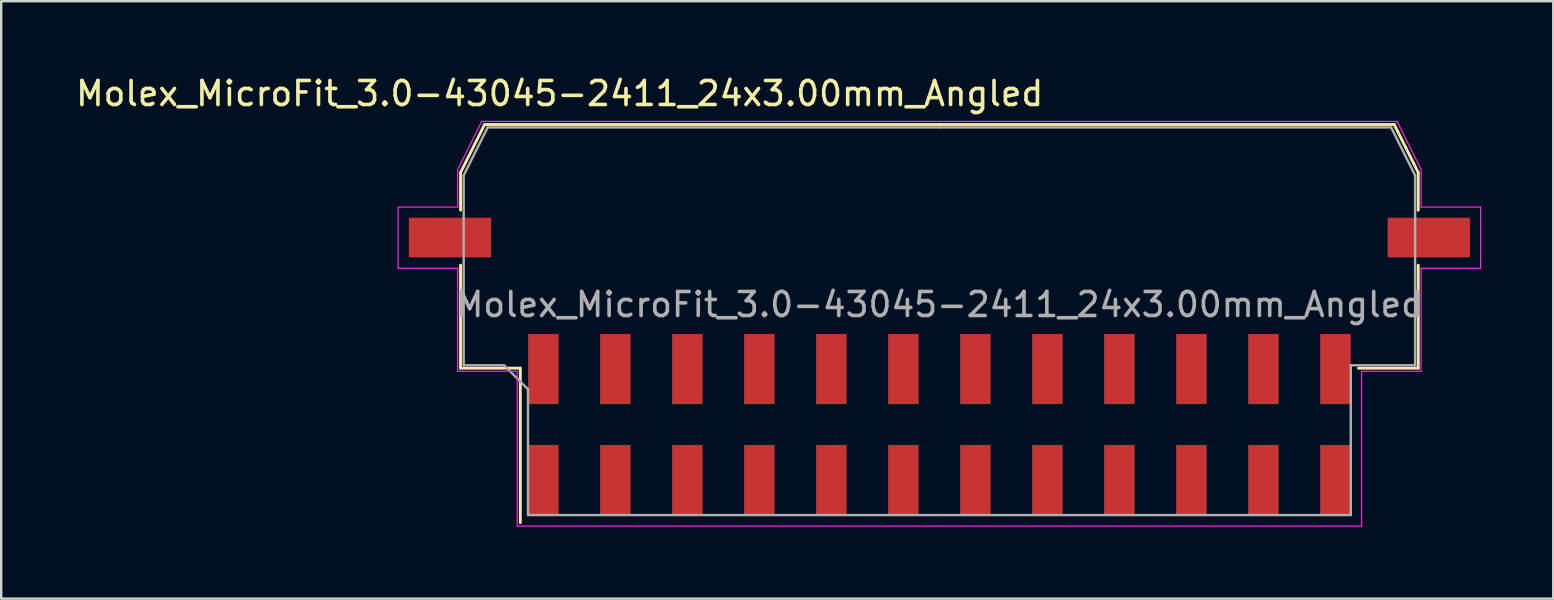
<source format=kicad_pcb>
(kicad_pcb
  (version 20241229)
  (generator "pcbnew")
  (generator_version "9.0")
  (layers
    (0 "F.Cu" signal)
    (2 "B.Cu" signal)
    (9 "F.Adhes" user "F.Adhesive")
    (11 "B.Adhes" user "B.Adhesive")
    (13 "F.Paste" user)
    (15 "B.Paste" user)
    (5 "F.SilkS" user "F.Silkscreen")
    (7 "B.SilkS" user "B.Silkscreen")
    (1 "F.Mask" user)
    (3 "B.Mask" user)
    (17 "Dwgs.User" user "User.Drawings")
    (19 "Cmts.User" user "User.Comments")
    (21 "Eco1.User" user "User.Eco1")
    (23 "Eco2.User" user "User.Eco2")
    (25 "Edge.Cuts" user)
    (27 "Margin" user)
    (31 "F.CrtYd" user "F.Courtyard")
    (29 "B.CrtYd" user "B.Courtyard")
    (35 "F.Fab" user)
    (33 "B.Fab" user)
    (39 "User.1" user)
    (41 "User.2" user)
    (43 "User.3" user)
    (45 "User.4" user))
  (footprint "Molex_MicroFit_3.0-43045-2411_24x3.00mm_Angled"
    (layer "F.Cu")
    (at 36.088 14.638)
    (property "Reference" "Molex_MicroFit_3.0-43045-2411_24x3.00mm_Angled" (at -15.82 -13.79 0) (layer "F.SilkS") (effects (font (size 1 1) (thickness 0.15))))
    (attr smd)
    (fp_line (start -19.95 -10.5) (end -19.95 -8.93) (stroke (width 0.12) (type solid)) (layer "F.SilkS"))
    (fp_line (start -19.95 -6.64) (end -19.95 -2.35) (stroke (width 0.12) (type solid)) (layer "F.SilkS"))
    (fp_line (start -19.95 -2.35) (end -17.46 -2.35) (stroke (width 0.12) (type solid)) (layer "F.SilkS"))
    (fp_line (start -18.95 -12.5) (end -19.95 -10.5) (stroke (width 0.12) (type solid)) (layer "F.SilkS"))
    (fp_line (start -17.46 -2.35) (end -17.46 4.09) (stroke (width 0.12) (type solid)) (layer "F.SilkS"))
    (fp_line (start 0 -12.5) (end -18.95 -12.5) (stroke (width 0.12) (type solid)) (layer "F.SilkS"))
    (fp_line (start 0 -12.5) (end 18.95 -12.5) (stroke (width 0.12) (type solid)) (layer "F.SilkS"))
    (fp_line (start 18.95 -12.5) (end 19.95 -10.5) (stroke (width 0.12) (type solid)) (layer "F.SilkS"))
    (fp_line (start 19.95 -10.5) (end 19.95 -8.93) (stroke (width 0.12) (type solid)) (layer "F.SilkS"))
    (fp_line (start 19.95 -6.64) (end 19.95 -2.35) (stroke (width 0.12) (type solid)) (layer "F.SilkS"))
    (fp_line (start 19.95 -2.35) (end 17.46 -2.35) (stroke (width 0.12) (type solid)) (layer "F.SilkS"))
    (fp_line (start -22.55 -9.06) (end -22.55 -6.51) (stroke (width 0.05) (type solid)) (layer "F.CrtYd"))
    (fp_line (start -22.55 -6.51) (end -20.07 -6.51) (stroke (width 0.05) (type solid)) (layer "F.CrtYd"))
    (fp_line (start -20.07 -10.63) (end -20.07 -9.06) (stroke (width 0.05) (type solid)) (layer "F.CrtYd"))
    (fp_line (start -20.07 -9.06) (end -22.55 -9.06) (stroke (width 0.05) (type solid)) (layer "F.CrtYd"))
    (fp_line (start -20.07 -6.51) (end -20.07 -2.22) (stroke (width 0.05) (type solid)) (layer "F.CrtYd"))
    (fp_line (start -20.07 -2.22) (end -17.59 -2.22) (stroke (width 0.05) (type solid)) (layer "F.CrtYd"))
    (fp_line (start -19.07 -12.63) (end -20.07 -10.63) (stroke (width 0.05) (type solid)) (layer "F.CrtYd"))
    (fp_line (start -17.59 -2.22) (end -17.59 4.23) (stroke (width 0.05) (type solid)) (layer "F.CrtYd"))
    (fp_line (start -17.59 4.23) (end 0 4.23) (stroke (width 0.05) (type solid)) (layer "F.CrtYd"))
    (fp_line (start 0 -12.63) (end -19.07 -12.63) (stroke (width 0.05) (type solid)) (layer "F.CrtYd"))
    (fp_line (start 0 -12.63) (end 19.07 -12.63) (stroke (width 0.05) (type solid)) (layer "F.CrtYd"))
    (fp_line (start 17.59 -2.22) (end 17.59 4.23) (stroke (width 0.05) (type solid)) (layer "F.CrtYd"))
    (fp_line (start 17.59 4.23) (end 0 4.23) (stroke (width 0.05) (type solid)) (layer "F.CrtYd"))
    (fp_line (start 19.07 -12.63) (end 20.07 -10.63) (stroke (width 0.05) (type solid)) (layer "F.CrtYd"))
    (fp_line (start 20.07 -10.63) (end 20.07 -9.06) (stroke (width 0.05) (type solid)) (layer "F.CrtYd"))
    (fp_line (start 20.07 -9.06) (end 22.55 -9.06) (stroke (width 0.05) (type solid)) (layer "F.CrtYd"))
    (fp_line (start 20.07 -6.51) (end 20.07 -2.22) (stroke (width 0.05) (type solid)) (layer "F.CrtYd"))
    (fp_line (start 20.07 -2.22) (end 17.59 -2.22) (stroke (width 0.05) (type solid)) (layer "F.CrtYd"))
    (fp_line (start 22.55 -9.06) (end 22.55 -6.51) (stroke (width 0.05) (type solid)) (layer "F.CrtYd"))
    (fp_line (start 22.55 -6.51) (end 20.07 -6.51) (stroke (width 0.05) (type solid)) (layer "F.CrtYd"))
    (fp_line (start -19.82 -10.38) (end -19.82 -8.61) (stroke (width 0.1) (type solid)) (layer "F.Fab"))
    (fp_line (start -19.82 -8.61) (end -19.82 -2.47) (stroke (width 0.1) (type solid)) (layer "F.Fab"))
    (fp_line (start -19.82 -2.47) (end -18.14 -2.47) (stroke (width 0.1) (type solid)) (layer "F.Fab"))
    (fp_line (start -18.82 -12.38) (end -19.82 -10.38) (stroke (width 0.1) (type solid)) (layer "F.Fab"))
    (fp_line (start -18.14 -2.47) (end -17.14 -1.47) (stroke (width 0.1) (type solid)) (layer "F.Fab"))
    (fp_line (start -17.14 -1.47) (end -17.14 3.77) (stroke (width 0.1) (type solid)) (layer "F.Fab"))
    (fp_line (start -17.14 3.77) (end 0 3.77) (stroke (width 0.1) (type solid)) (layer "F.Fab"))
    (fp_line (start 0 -12.38) (end -18.82 -12.38) (stroke (width 0.1) (type solid)) (layer "F.Fab"))
    (fp_line (start 0 -12.38) (end 18.82 -12.38) (stroke (width 0.1) (type solid)) (layer "F.Fab"))
    (fp_line (start 17.14 -2.47) (end 17.14 3.77) (stroke (width 0.1) (type solid)) (layer "F.Fab"))
    (fp_line (start 17.14 3.77) (end 0 3.77) (stroke (width 0.1) (type solid)) (layer "F.Fab"))
    (fp_line (start 18.82 -12.38) (end 19.82 -10.38) (stroke (width 0.1) (type solid)) (layer "F.Fab"))
    (fp_line (start 19.82 -10.38) (end 19.82 -8.61) (stroke (width 0.1) (type solid)) (layer "F.Fab"))
    (fp_line (start 19.82 -8.61) (end 19.82 -2.47) (stroke (width 0.1) (type solid)) (layer "F.Fab"))
    (fp_line (start 19.82 -2.47) (end 17.14 -2.47) (stroke (width 0.1) (type solid)) (layer "F.Fab"))
    (fp_text user "${REFERENCE}" (at 0 -5 0) (layer "F.Fab") (effects (font (size 1 1) (thickness 0.15))))
    (pad "" smd rect (at -20.39 -7.79) (size 3.43 1.65) (layers "F.Cu" "F.Mask" "F.Paste"))
    (pad "" smd rect (at 20.39 -7.79) (size 3.43 1.65) (layers "F.Cu" "F.Mask" "F.Paste"))
    (pad "1" smd rect (at -16.5 -2.31) (size 1.27 2.92) (layers "F.Cu" "F.Mask" "F.Paste"))
    (pad "2" smd rect (at -13.5 -2.31) (size 1.27 2.92) (layers "F.Cu" "F.Mask" "F.Paste"))
    (pad "3" smd rect (at -10.5 -2.31) (size 1.27 2.92) (layers "F.Cu" "F.Mask" "F.Paste"))
    (pad "4" smd rect (at -7.5 -2.31) (size 1.27 2.92) (layers "F.Cu" "F.Mask" "F.Paste"))
    (pad "5" smd rect (at -4.5 -2.31) (size 1.27 2.92) (layers "F.Cu" "F.Mask" "F.Paste"))
    (pad "6" smd rect (at -1.5 -2.31) (size 1.27 2.92) (layers "F.Cu" "F.Mask" "F.Paste"))
    (pad "7" smd rect (at 1.5 -2.31) (size 1.27 2.92) (layers "F.Cu" "F.Mask" "F.Paste"))
    (pad "8" smd rect (at 4.5 -2.31) (size 1.27 2.92) (layers "F.Cu" "F.Mask" "F.Paste"))
    (pad "9" smd rect (at 7.5 -2.31) (size 1.27 2.92) (layers "F.Cu" "F.Mask" "F.Paste"))
    (pad "10" smd rect (at 10.5 -2.31) (size 1.27 2.92) (layers "F.Cu" "F.Mask" "F.Paste"))
    (pad "11" smd rect (at 13.5 -2.31) (size 1.27 2.92) (layers "F.Cu" "F.Mask" "F.Paste"))
    (pad "12" smd rect (at 16.5 -2.31) (size 1.27 2.92) (layers "F.Cu" "F.Mask" "F.Paste"))
    (pad "13" smd rect (at 16.5 2.31) (size 1.27 2.92) (layers "F.Cu" "F.Mask" "F.Paste"))
    (pad "14" smd rect (at 13.5 2.31) (size 1.27 2.92) (layers "F.Cu" "F.Mask" "F.Paste"))
    (pad "15" smd rect (at 10.5 2.31) (size 1.27 2.92) (layers "F.Cu" "F.Mask" "F.Paste"))
    (pad "16" smd rect (at 7.5 2.31) (size 1.27 2.92) (layers "F.Cu" "F.Mask" "F.Paste"))
    (pad "17" smd rect (at 4.5 2.31) (size 1.27 2.92) (layers "F.Cu" "F.Mask" "F.Paste"))
    (pad "18" smd rect (at 1.5 2.31) (size 1.27 2.92) (layers "F.Cu" "F.Mask" "F.Paste"))
    (pad "19" smd rect (at -1.5 2.31) (size 1.27 2.92) (layers "F.Cu" "F.Mask" "F.Paste"))
    (pad "20" smd rect (at -4.5 2.31) (size 1.27 2.92) (layers "F.Cu" "F.Mask" "F.Paste"))
    (pad "21" smd rect (at -7.5 2.31) (size 1.27 2.92) (layers "F.Cu" "F.Mask" "F.Paste"))
    (pad "22" smd rect (at -10.5 2.31) (size 1.27 2.92) (layers "F.Cu" "F.Mask" "F.Paste"))
    (pad "23" smd rect (at -13.5 2.31) (size 1.27 2.92) (layers "F.Cu" "F.Mask" "F.Paste"))
    (pad "24" smd rect (at -16.5 2.31) (size 1.27 2.92) (layers "F.Cu" "F.Mask" "F.Paste")))
  (gr_rect
    (start -3 -3)
    (end 61.663 21.893)
    (stroke (width 0.1) (type default))
    (fill no)
    (layer "Edge.Cuts")))
</source>
